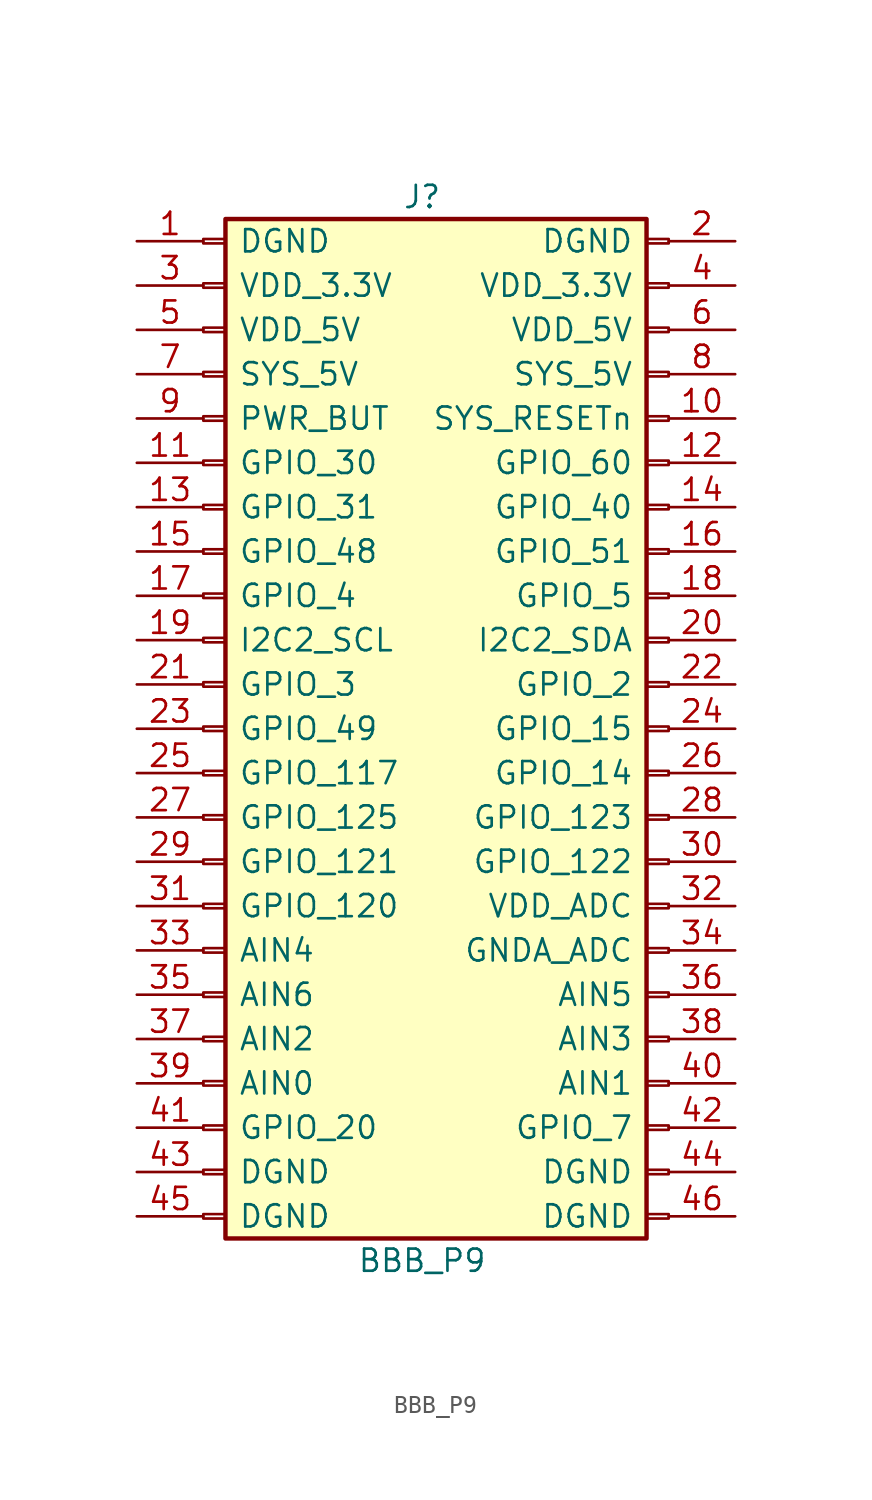
<source format=kicad_sym>
(kicad_symbol_lib
  (version 20211014)
  (generator kicad_symbol_editor)
  (symbol "BBB_P9"
    (pin_names
      (offset 2))
    (property "Reference" "J"
      (at 10 30.48 0)
      (effects (font (size 1.27 1.27))))
    (property "Value" "BBB_P9"
      (at 10 -30.48 0)
      (effects (font (size 1.27 1.27))))
    (symbol "BBB_P9_1_1"
      (rectangle (start -2.54 -27.813) (end -1.27 -28.067) (stroke (width 0.152) (type default) (color 0 0 0 0)) (fill (type none)))
      (rectangle (start -2.54 -25.273) (end -1.27 -25.527) (stroke (width 0.152) (type default) (color 0 0 0 0)) (fill (type none)))
      (rectangle (start -2.54 -22.733) (end -1.27 -22.987) (stroke (width 0.152) (type default) (color 0 0 0 0)) (fill (type none)))
      (rectangle (start -2.54 -20.193) (end -1.27 -20.447) (stroke (width 0.152) (type default) (color 0 0 0 0)) (fill (type none)))
      (rectangle (start -2.54 -17.653) (end -1.27 -17.907) (stroke (width 0.152) (type default) (color 0 0 0 0)) (fill (type none)))
      (rectangle (start -2.54 -15.113) (end -1.27 -15.367) (stroke (width 0.152) (type default) (color 0 0 0 0)) (fill (type none)))
      (rectangle (start -2.54 -12.573) (end -1.27 -12.827) (stroke (width 0.152) (type default) (color 0 0 0 0)) (fill (type none)))
      (rectangle (start -2.54 -10.033) (end -1.27 -10.287) (stroke (width 0.152) (type default) (color 0 0 0 0)) (fill (type none)))
      (rectangle (start -2.54 -7.493) (end -1.27 -7.747) (stroke (width 0.152) (type default) (color 0 0 0 0)) (fill (type none)))
      (rectangle (start -2.54 -4.953) (end -1.27 -5.207) (stroke (width 0.152) (type default) (color 0 0 0 0)) (fill (type none)))
      (rectangle (start -2.54 -2.413) (end -1.27 -2.667) (stroke (width 0.152) (type default) (color 0 0 0 0)) (fill (type none)))
      (rectangle (start -2.54 0.127) (end -1.27 -0.127) (stroke (width 0.152) (type default) (color 0 0 0 0)) (fill (type none)))
      (rectangle (start -2.54 2.667) (end -1.27 2.413) (stroke (width 0.152) (type default) (color 0 0 0 0)) (fill (type none)))
      (rectangle (start -2.54 5.207) (end -1.27 4.953) (stroke (width 0.152) (type default) (color 0 0 0 0)) (fill (type none)))
      (rectangle (start -2.54 7.747) (end -1.27 7.493) (stroke (width 0.152) (type default) (color 0 0 0 0)) (fill (type none)))
      (rectangle (start -2.54 10.287) (end -1.27 10.033) (stroke (width 0.152) (type default) (color 0 0 0 0)) (fill (type none)))
      (rectangle (start -2.54 12.827) (end -1.27 12.573) (stroke (width 0.152) (type default) (color 0 0 0 0)) (fill (type none)))
      (rectangle (start -2.54 15.367) (end -1.27 15.113) (stroke (width 0.152) (type default) (color 0 0 0 0)) (fill (type none)))
      (rectangle (start -2.54 17.907) (end -1.27 17.653) (stroke (width 0.152) (type default) (color 0 0 0 0)) (fill (type none)))
      (rectangle (start -2.54 20.447) (end -1.27 20.193) (stroke (width 0.152) (type default) (color 0 0 0 0)) (fill (type none)))
      (rectangle (start -2.54 22.987) (end -1.27 22.733) (stroke (width 0.152) (type default) (color 0 0 0 0)) (fill (type none)))
      (rectangle (start -2.54 25.527) (end -1.27 25.273) (stroke (width 0.152) (type default) (color 0 0 0 0)) (fill (type none)))
      (rectangle (start -2.54 28.067) (end -1.27 27.813) (stroke (width 0.152) (type default) (color 0 0 0 0)) (fill (type none)))
      (rectangle (start -1.27 29.21) (end 22.86 -29.21) (stroke (width 0.254) (type default) (color 0 0 0 0)) (fill (type background)))
      (rectangle (start 24.13 -27.813) (end 22.86 -28.067) (stroke (width 0.152) (type default) (color 0 0 0 0)) (fill (type none)))
      (rectangle (start 24.13 -25.273) (end 22.86 -25.527) (stroke (width 0.152) (type default) (color 0 0 0 0)) (fill (type none)))
      (rectangle (start 24.13 -22.733) (end 22.86 -22.987) (stroke (width 0.152) (type default) (color 0 0 0 0)) (fill (type none)))
      (rectangle (start 24.13 -20.193) (end 22.86 -20.447) (stroke (width 0.152) (type default) (color 0 0 0 0)) (fill (type none)))
      (rectangle (start 24.13 -17.653) (end 22.86 -17.907) (stroke (width 0.152) (type default) (color 0 0 0 0)) (fill (type none)))
      (rectangle (start 24.13 -15.113) (end 22.86 -15.367) (stroke (width 0.152) (type default) (color 0 0 0 0)) (fill (type none)))
      (rectangle (start 24.13 -12.573) (end 22.86 -12.827) (stroke (width 0.152) (type default) (color 0 0 0 0)) (fill (type none)))
      (rectangle (start 24.13 -10.033) (end 22.86 -10.287) (stroke (width 0.152) (type default) (color 0 0 0 0)) (fill (type none)))
      (rectangle (start 24.13 -7.493) (end 22.86 -7.747) (stroke (width 0.152) (type default) (color 0 0 0 0)) (fill (type none)))
      (rectangle (start 24.13 -4.953) (end 22.86 -5.207) (stroke (width 0.152) (type default) (color 0 0 0 0)) (fill (type none)))
      (rectangle (start 24.13 -2.413) (end 22.86 -2.667) (stroke (width 0.152) (type default) (color 0 0 0 0)) (fill (type none)))
      (rectangle (start 24.13 0.127) (end 22.86 -0.127) (stroke (width 0.152) (type default) (color 0 0 0 0)) (fill (type none)))
      (rectangle (start 24.13 2.667) (end 22.86 2.413) (stroke (width 0.152) (type default) (color 0 0 0 0)) (fill (type none)))
      (rectangle (start 24.13 5.207) (end 22.86 4.953) (stroke (width 0.152) (type default) (color 0 0 0 0)) (fill (type none)))
      (rectangle (start 24.13 7.747) (end 22.86 7.493) (stroke (width 0.152) (type default) (color 0 0 0 0)) (fill (type none)))
      (rectangle (start 24.13 10.287) (end 22.86 10.033) (stroke (width 0.152) (type default) (color 0 0 0 0)) (fill (type none)))
      (rectangle (start 24.13 12.827) (end 22.86 12.573) (stroke (width 0.152) (type default) (color 0 0 0 0)) (fill (type none)))
      (rectangle (start 24.13 15.367) (end 22.86 15.113) (stroke (width 0.152) (type default) (color 0 0 0 0)) (fill (type none)))
      (rectangle (start 24.13 17.907) (end 22.86 17.653) (stroke (width 0.152) (type default) (color 0 0 0 0)) (fill (type none)))
      (rectangle (start 24.13 20.447) (end 22.86 20.193) (stroke (width 0.152) (type default) (color 0 0 0 0)) (fill (type none)))
      (rectangle (start 24.13 22.987) (end 22.86 22.733) (stroke (width 0.152) (type default) (color 0 0 0 0)) (fill (type none)))
      (rectangle (start 24.13 25.527) (end 22.86 25.273) (stroke (width 0.152) (type default) (color 0 0 0 0)) (fill (type none)))
      (rectangle (start 24.13 28.067) (end 22.86 27.813) (stroke (width 0.152) (type default) (color 0 0 0 0)) (fill (type none)))
      (pin power_out line (at -6.35 27.94 0) (length 3.81) (name "DGND" (effects (font (size 1.27 1.27)))) (number "1" (effects (font (size 1.27 1.27)))))
      (pin passive line (at 27.94 17.78 180) (length 3.81) (name "SYS_RESETn" (effects (font (size 1.27 1.27)))) (number "10" (effects (font (size 1.27 1.27)))))
      (pin passive line (at -6.35 15.24 0) (length 3.81) (name "GPIO_30" (effects (font (size 1.27 1.27)))) (number "11" (effects (font (size 1.27 1.27)))))
      (pin passive line (at 27.94 15.24 180) (length 3.81) (name "GPIO_60" (effects (font (size 1.27 1.27)))) (number "12" (effects (font (size 1.27 1.27)))))
      (pin passive line (at -6.35 12.7 0) (length 3.81) (name "GPIO_31" (effects (font (size 1.27 1.27)))) (number "13" (effects (font (size 1.27 1.27)))))
      (pin passive line (at 27.94 12.7 180) (length 3.81) (name "GPIO_40" (effects (font (size 1.27 1.27)))) (number "14" (effects (font (size 1.27 1.27)))))
      (pin passive line (at -6.35 10.16 0) (length 3.81) (name "GPIO_48" (effects (font (size 1.27 1.27)))) (number "15" (effects (font (size 1.27 1.27)))))
      (pin passive line (at 27.94 10.16 180) (length 3.81) (name "GPIO_51" (effects (font (size 1.27 1.27)))) (number "16" (effects (font (size 1.27 1.27)))))
      (pin passive line (at -6.35 7.62 0) (length 3.81) (name "GPIO_4" (effects (font (size 1.27 1.27)))) (number "17" (effects (font (size 1.27 1.27)))))
      (pin passive line (at 27.94 7.62 180) (length 3.81) (name "GPIO_5" (effects (font (size 1.27 1.27)))) (number "18" (effects (font (size 1.27 1.27)))))
      (pin passive line (at -6.35 5.08 0) (length 3.81) (name "I2C2_SCL" (effects (font (size 1.27 1.27)))) (number "19" (effects (font (size 1.27 1.27)))))
      (pin passive line (at 27.94 27.94 180) (length 3.81) (name "DGND" (effects (font (size 1.27 1.27)))) (number "2" (effects (font (size 1.27 1.27)))))
      (pin passive line (at 27.94 5.08 180) (length 3.81) (name "I2C2_SDA" (effects (font (size 1.27 1.27)))) (number "20" (effects (font (size 1.27 1.27)))))
      (pin passive line (at -6.35 2.54 0) (length 3.81) (name "GPIO_3" (effects (font (size 1.27 1.27)))) (number "21" (effects (font (size 1.27 1.27)))))
      (pin passive line (at 27.94 2.54 180) (length 3.81) (name "GPIO_2" (effects (font (size 1.27 1.27)))) (number "22" (effects (font (size 1.27 1.27)))))
      (pin passive line (at -6.35 0 0) (length 3.81) (name "GPIO_49" (effects (font (size 1.27 1.27)))) (number "23" (effects (font (size 1.27 1.27)))))
      (pin passive line (at 27.94 0 180) (length 3.81) (name "GPIO_15" (effects (font (size 1.27 1.27)))) (number "24" (effects (font (size 1.27 1.27)))))
      (pin passive line (at -6.35 -2.54 0) (length 3.81) (name "GPIO_117" (effects (font (size 1.27 1.27)))) (number "25" (effects (font (size 1.27 1.27)))))
      (pin passive line (at 27.94 -2.54 180) (length 3.81) (name "GPIO_14" (effects (font (size 1.27 1.27)))) (number "26" (effects (font (size 1.27 1.27)))))
      (pin passive line (at -6.35 -5.08 0) (length 3.81) (name "GPIO_125" (effects (font (size 1.27 1.27)))) (number "27" (effects (font (size 1.27 1.27)))))
      (pin passive line (at 27.94 -5.08 180) (length 3.81) (name "GPIO_123" (effects (font (size 1.27 1.27)))) (number "28" (effects (font (size 1.27 1.27)))))
      (pin passive line (at -6.35 -7.62 0) (length 3.81) (name "GPIO_121" (effects (font (size 1.27 1.27)))) (number "29" (effects (font (size 1.27 1.27)))))
      (pin power_out line (at -6.35 25.4 0) (length 3.81) (name "VDD_3.3V" (effects (font (size 1.27 1.27)))) (number "3" (effects (font (size 1.27 1.27)))))
      (pin passive line (at 27.94 -7.62 180) (length 3.81) (name "GPIO_122" (effects (font (size 1.27 1.27)))) (number "30" (effects (font (size 1.27 1.27)))))
      (pin passive line (at -6.35 -10.16 0) (length 3.81) (name "GPIO_120" (effects (font (size 1.27 1.27)))) (number "31" (effects (font (size 1.27 1.27)))))
      (pin power_out line (at 27.94 -10.16 180) (length 3.81) (name "VDD_ADC" (effects (font (size 1.27 1.27)))) (number "32" (effects (font (size 1.27 1.27)))))
      (pin passive line (at -6.35 -12.7 0) (length 3.81) (name "AIN4" (effects (font (size 1.27 1.27)))) (number "33" (effects (font (size 1.27 1.27)))))
      (pin power_out line (at 27.94 -12.7 180) (length 3.81) (name "GNDA_ADC" (effects (font (size 1.27 1.27)))) (number "34" (effects (font (size 1.27 1.27)))))
      (pin passive line (at -6.35 -15.24 0) (length 3.81) (name "AIN6" (effects (font (size 1.27 1.27)))) (number "35" (effects (font (size 1.27 1.27)))))
      (pin passive line (at 27.94 -15.24 180) (length 3.81) (name "AIN5" (effects (font (size 1.27 1.27)))) (number "36" (effects (font (size 1.27 1.27)))))
      (pin passive line (at -6.35 -17.78 0) (length 3.81) (name "AIN2" (effects (font (size 1.27 1.27)))) (number "37" (effects (font (size 1.27 1.27)))))
      (pin passive line (at 27.94 -17.78 180) (length 3.81) (name "AIN3" (effects (font (size 1.27 1.27)))) (number "38" (effects (font (size 1.27 1.27)))))
      (pin passive line (at -6.35 -20.32 0) (length 3.81) (name "AIN0" (effects (font (size 1.27 1.27)))) (number "39" (effects (font (size 1.27 1.27)))))
      (pin passive line (at 27.94 25.4 180) (length 3.81) (name "VDD_3.3V" (effects (font (size 1.27 1.27)))) (number "4" (effects (font (size 1.27 1.27)))))
      (pin passive line (at 27.94 -20.32 180) (length 3.81) (name "AIN1" (effects (font (size 1.27 1.27)))) (number "40" (effects (font (size 1.27 1.27)))))
      (pin passive line (at -6.35 -22.86 0) (length 3.81) (name "GPIO_20" (effects (font (size 1.27 1.27)))) (number "41" (effects (font (size 1.27 1.27)))))
      (pin passive line (at 27.94 -22.86 180) (length 3.81) (name "GPIO_7" (effects (font (size 1.27 1.27)))) (number "42" (effects (font (size 1.27 1.27)))))
      (pin passive line (at -6.35 -25.4 0) (length 3.81) (name "DGND" (effects (font (size 1.27 1.27)))) (number "43" (effects (font (size 1.27 1.27)))))
      (pin passive line (at 27.94 -25.4 180) (length 3.81) (name "DGND" (effects (font (size 1.27 1.27)))) (number "44" (effects (font (size 1.27 1.27)))))
      (pin passive line (at -6.35 -27.94 0) (length 3.81) (name "DGND" (effects (font (size 1.27 1.27)))) (number "45" (effects (font (size 1.27 1.27)))))
      (pin passive line (at 27.94 -27.94 180) (length 3.81) (name "DGND" (effects (font (size 1.27 1.27)))) (number "46" (effects (font (size 1.27 1.27)))))
      (pin power_out line (at -6.35 22.86 0) (length 3.81) (name "VDD_5V" (effects (font (size 1.27 1.27)))) (number "5" (effects (font (size 1.27 1.27)))))
      (pin passive line (at 27.94 22.86 180) (length 3.81) (name "VDD_5V" (effects (font (size 1.27 1.27)))) (number "6" (effects (font (size 1.27 1.27)))))
      (pin power_out line (at -6.35 20.32 0) (length 3.81) (name "SYS_5V" (effects (font (size 1.27 1.27)))) (number "7" (effects (font (size 1.27 1.27)))))
      (pin passive line (at 27.94 20.32 180) (length 3.81) (name "SYS_5V" (effects (font (size 1.27 1.27)))) (number "8" (effects (font (size 1.27 1.27)))))
      (pin passive line (at -6.35 17.78 0) (length 3.81) (name "PWR_BUT" (effects (font (size 1.27 1.27)))) (number "9" (effects (font (size 1.27 1.27))))))))
</source>
